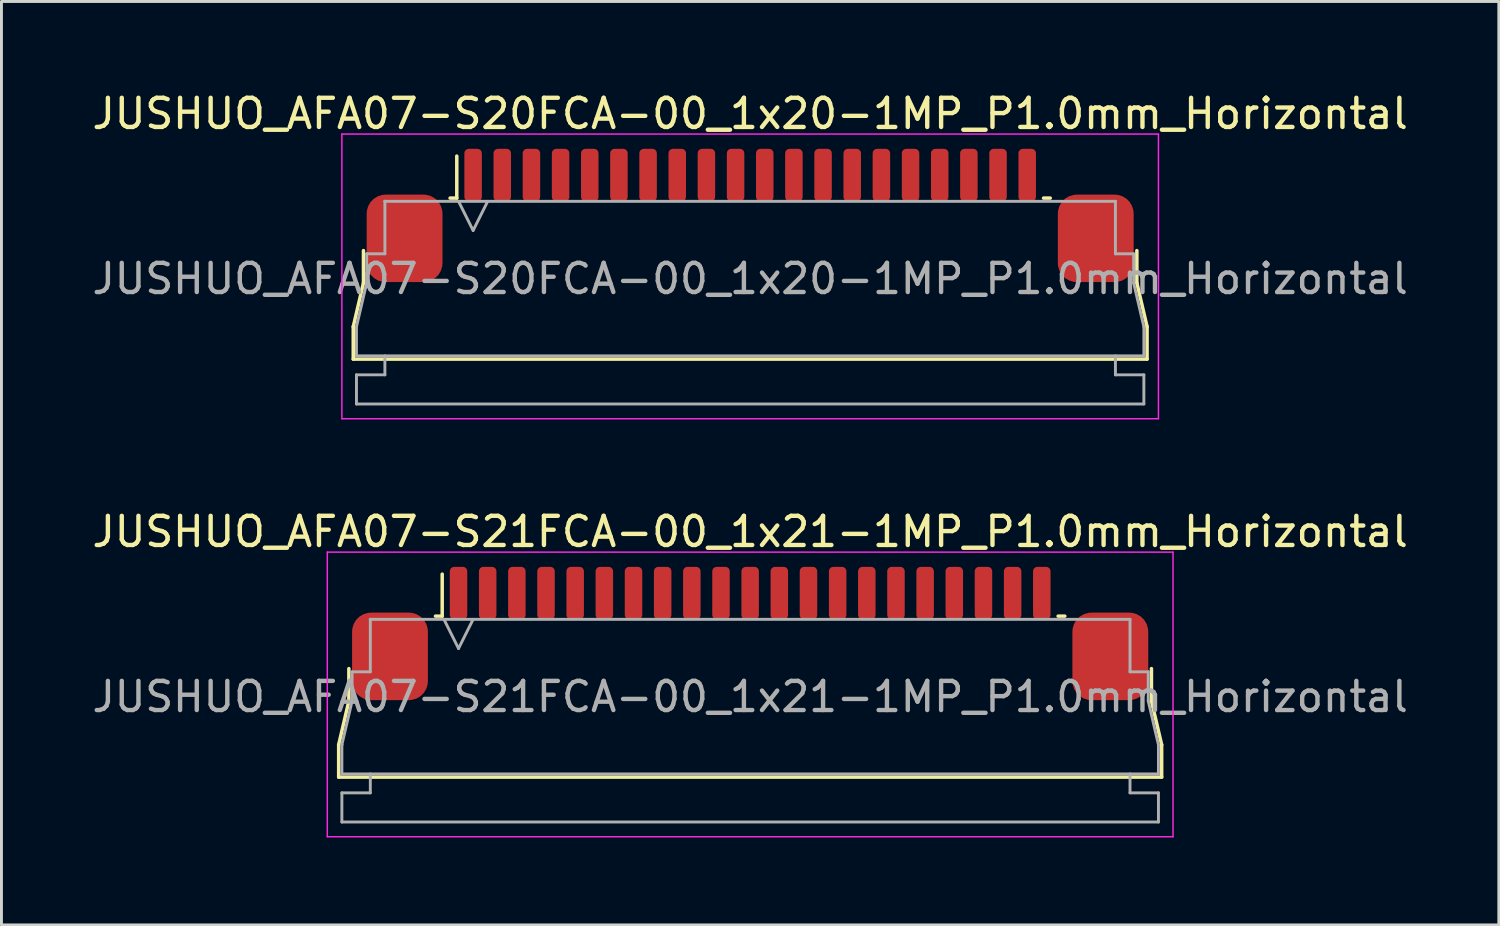
<source format=kicad_pcb>
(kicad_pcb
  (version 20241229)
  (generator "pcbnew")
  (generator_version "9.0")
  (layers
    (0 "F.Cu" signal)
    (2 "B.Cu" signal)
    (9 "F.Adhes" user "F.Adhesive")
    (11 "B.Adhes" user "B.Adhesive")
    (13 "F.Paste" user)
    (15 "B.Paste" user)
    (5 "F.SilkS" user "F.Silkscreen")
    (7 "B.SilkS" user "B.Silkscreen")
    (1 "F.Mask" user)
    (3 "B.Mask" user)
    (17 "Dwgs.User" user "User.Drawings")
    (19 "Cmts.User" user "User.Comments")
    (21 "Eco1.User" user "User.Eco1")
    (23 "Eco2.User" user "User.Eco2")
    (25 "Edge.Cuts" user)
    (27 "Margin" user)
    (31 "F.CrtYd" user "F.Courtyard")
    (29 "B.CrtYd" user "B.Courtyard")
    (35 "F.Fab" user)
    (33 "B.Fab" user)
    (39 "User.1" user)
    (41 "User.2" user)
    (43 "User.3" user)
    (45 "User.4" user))
  (footprint "JUSHUO_AFA07-S21FCA-00_1x21-1MP_P1.0mm_Horizontal"
    (layer "F.Cu")
    (at 22.673 20.662)
    (property "Reference" "JUSHUO_AFA07-S21FCA-00_1x21-1MP_P1.0mm_Horizontal" (at 0 -5.48 0) (layer "F.SilkS") (effects (font (size 1 1) (thickness 0.15))))
    (attr smd)
    (fp_line (start -14.11 1.825) (end -13.76 0.325) (stroke (width 0.12) (type solid)) (layer "F.SilkS"))
    (fp_line (start -14.11 2.935) (end -14.11 1.825) (stroke (width 0.12) (type solid)) (layer "F.SilkS"))
    (fp_line (start -13.76 0.325) (end -13.76 -0.785) (stroke (width 0.12) (type solid)) (layer "F.SilkS"))
    (fp_line (start -10.79 -2.585) (end -10.56 -2.585) (stroke (width 0.12) (type solid)) (layer "F.SilkS"))
    (fp_line (start -10.56 -2.585) (end -10.56 -4.025) (stroke (width 0.12) (type solid)) (layer "F.SilkS"))
    (fp_line (start 10.56 -2.585) (end 10.79 -2.585) (stroke (width 0.12) (type solid)) (layer "F.SilkS"))
    (fp_line (start 13.76 -0.785) (end 13.76 0.325) (stroke (width 0.12) (type solid)) (layer "F.SilkS"))
    (fp_line (start 13.76 0.325) (end 14.11 1.825) (stroke (width 0.12) (type solid)) (layer "F.SilkS"))
    (fp_line (start 14.11 1.825) (end 14.11 2.935) (stroke (width 0.12) (type solid)) (layer "F.SilkS"))
    (fp_line (start 14.11 2.935) (end -14.11 2.935) (stroke (width 0.12) (type solid)) (layer "F.SilkS"))
    (fp_line (start -14.5 -4.78) (end -14.5 4.98) (stroke (width 0.05) (type solid)) (layer "F.CrtYd"))
    (fp_line (start -14.5 4.98) (end 14.5 4.98) (stroke (width 0.05) (type solid)) (layer "F.CrtYd"))
    (fp_line (start 14.5 -4.78) (end -14.5 -4.78) (stroke (width 0.05) (type solid)) (layer "F.CrtYd"))
    (fp_line (start 14.5 4.98) (end 14.5 -4.78) (stroke (width 0.05) (type solid)) (layer "F.CrtYd"))
    (fp_line (start -14 1.825) (end -14 1.825) (stroke (width 0.1) (type solid)) (layer "F.Fab"))
    (fp_line (start -14 1.825) (end -13.65 0.325) (stroke (width 0.1) (type solid)) (layer "F.Fab"))
    (fp_line (start -14 2.825) (end -14 1.825) (stroke (width 0.1) (type solid)) (layer "F.Fab"))
    (fp_line (start -14 3.475) (end -13.025 3.475) (stroke (width 0.1) (type solid)) (layer "F.Fab"))
    (fp_line (start -14 4.475) (end -14 3.475) (stroke (width 0.1) (type solid)) (layer "F.Fab"))
    (fp_line (start -13.65 -0.675) (end -13.025 -0.675) (stroke (width 0.1) (type solid)) (layer "F.Fab"))
    (fp_line (start -13.65 0.325) (end -13.65 -0.675) (stroke (width 0.1) (type solid)) (layer "F.Fab"))
    (fp_line (start -13.025 -2.475) (end -13.025 -2.475) (stroke (width 0.1) (type solid)) (layer "F.Fab"))
    (fp_line (start -13.025 -2.475) (end 13.025 -2.475) (stroke (width 0.1) (type solid)) (layer "F.Fab"))
    (fp_line (start -13.025 -0.675) (end -13.025 -2.475) (stroke (width 0.1) (type solid)) (layer "F.Fab"))
    (fp_line (start -13.025 3.475) (end -13.025 2.825) (stroke (width 0.1) (type solid)) (layer "F.Fab"))
    (fp_line (start -10.5 -2.475) (end -10 -1.475) (stroke (width 0.1) (type solid)) (layer "F.Fab"))
    (fp_line (start -10 -1.475) (end -9.5 -2.475) (stroke (width 0.1) (type solid)) (layer "F.Fab"))
    (fp_line (start 13.025 -2.475) (end 13.025 -0.675) (stroke (width 0.1) (type solid)) (layer "F.Fab"))
    (fp_line (start 13.025 -0.675) (end 13.65 -0.675) (stroke (width 0.1) (type solid)) (layer "F.Fab"))
    (fp_line (start 13.025 2.825) (end 13.025 3.475) (stroke (width 0.1) (type solid)) (layer "F.Fab"))
    (fp_line (start 13.025 3.475) (end 14 3.475) (stroke (width 0.1) (type solid)) (layer "F.Fab"))
    (fp_line (start 13.65 -0.675) (end 13.65 0.325) (stroke (width 0.1) (type solid)) (layer "F.Fab"))
    (fp_line (start 13.65 0.325) (end 14 1.825) (stroke (width 0.1) (type solid)) (layer "F.Fab"))
    (fp_line (start 14 1.825) (end 14 2.825) (stroke (width 0.1) (type solid)) (layer "F.Fab"))
    (fp_line (start 14 2.825) (end -14 2.825) (stroke (width 0.1) (type solid)) (layer "F.Fab"))
    (fp_line (start 14 3.475) (end 14 4.475) (stroke (width 0.1) (type solid)) (layer "F.Fab"))
    (fp_line (start 14 4.475) (end -14 4.475) (stroke (width 0.1) (type solid)) (layer "F.Fab"))
    (fp_text user "${REFERENCE}" (at 0 0.18 0) (layer "F.Fab") (effects (font (size 1 1) (thickness 0.15))))
    (pad "1" smd roundrect (at -10 -3.375) (size 0.6 1.8) (layers "F.Cu" "F.Mask" "F.Paste") (roundrect_rratio 0.25))
    (pad "2" smd roundrect (at -9 -3.375) (size 0.6 1.8) (layers "F.Cu" "F.Mask" "F.Paste") (roundrect_rratio 0.25))
    (pad "3" smd roundrect (at -8 -3.375) (size 0.6 1.8) (layers "F.Cu" "F.Mask" "F.Paste") (roundrect_rratio 0.25))
    (pad "4" smd roundrect (at -7 -3.375) (size 0.6 1.8) (layers "F.Cu" "F.Mask" "F.Paste") (roundrect_rratio 0.25))
    (pad "5" smd roundrect (at -6 -3.375) (size 0.6 1.8) (layers "F.Cu" "F.Mask" "F.Paste") (roundrect_rratio 0.25))
    (pad "6" smd roundrect (at -5 -3.375) (size 0.6 1.8) (layers "F.Cu" "F.Mask" "F.Paste") (roundrect_rratio 0.25))
    (pad "7" smd roundrect (at -4 -3.375) (size 0.6 1.8) (layers "F.Cu" "F.Mask" "F.Paste") (roundrect_rratio 0.25))
    (pad "8" smd roundrect (at -3 -3.375) (size 0.6 1.8) (layers "F.Cu" "F.Mask" "F.Paste") (roundrect_rratio 0.25))
    (pad "9" smd roundrect (at -2 -3.375) (size 0.6 1.8) (layers "F.Cu" "F.Mask" "F.Paste") (roundrect_rratio 0.25))
    (pad "10" smd roundrect (at -1 -3.375) (size 0.6 1.8) (layers "F.Cu" "F.Mask" "F.Paste") (roundrect_rratio 0.25))
    (pad "11" smd roundrect (at 0 -3.375) (size 0.6 1.8) (layers "F.Cu" "F.Mask" "F.Paste") (roundrect_rratio 0.25))
    (pad "12" smd roundrect (at 1 -3.375) (size 0.6 1.8) (layers "F.Cu" "F.Mask" "F.Paste") (roundrect_rratio 0.25))
    (pad "13" smd roundrect (at 2 -3.375) (size 0.6 1.8) (layers "F.Cu" "F.Mask" "F.Paste") (roundrect_rratio 0.25))
    (pad "14" smd roundrect (at 3 -3.375) (size 0.6 1.8) (layers "F.Cu" "F.Mask" "F.Paste") (roundrect_rratio 0.25))
    (pad "15" smd roundrect (at 4 -3.375) (size 0.6 1.8) (layers "F.Cu" "F.Mask" "F.Paste") (roundrect_rratio 0.25))
    (pad "16" smd roundrect (at 5 -3.375) (size 0.6 1.8) (layers "F.Cu" "F.Mask" "F.Paste") (roundrect_rratio 0.25))
    (pad "17" smd roundrect (at 6 -3.375) (size 0.6 1.8) (layers "F.Cu" "F.Mask" "F.Paste") (roundrect_rratio 0.25))
    (pad "18" smd roundrect (at 7 -3.375) (size 0.6 1.8) (layers "F.Cu" "F.Mask" "F.Paste") (roundrect_rratio 0.25))
    (pad "19" smd roundrect (at 8 -3.375) (size 0.6 1.8) (layers "F.Cu" "F.Mask" "F.Paste") (roundrect_rratio 0.25))
    (pad "20" smd roundrect (at 9 -3.375) (size 0.6 1.8) (layers "F.Cu" "F.Mask" "F.Paste") (roundrect_rratio 0.25))
    (pad "21" smd roundrect (at 10 -3.375) (size 0.6 1.8) (layers "F.Cu" "F.Mask" "F.Paste") (roundrect_rratio 0.25))
    (pad "MP" smd roundrect (at -12.35 -1.205) (size 2.6 3) (layers "F.Cu" "F.Mask" "F.Paste") (roundrect_rratio 0.25))
    (pad "MP" smd roundrect (at 12.35 -1.205) (size 2.6 3) (layers "F.Cu" "F.Mask" "F.Paste") (roundrect_rratio 0.25)))
  (footprint "JUSHUO_AFA07-S20FCA-00_1x20-1MP_P1.0mm_Horizontal"
    (layer "F.Cu")
    (at 22.673 6.328)
    (property "Reference" "JUSHUO_AFA07-S20FCA-00_1x20-1MP_P1.0mm_Horizontal" (at 0 -5.48 0) (layer "F.SilkS") (effects (font (size 1 1) (thickness 0.15))))
    (attr smd)
    (fp_line (start -13.61 1.825) (end -13.26 0.325) (stroke (width 0.12) (type solid)) (layer "F.SilkS"))
    (fp_line (start -13.61 2.935) (end -13.61 1.825) (stroke (width 0.12) (type solid)) (layer "F.SilkS"))
    (fp_line (start -13.26 0.325) (end -13.26 -0.785) (stroke (width 0.12) (type solid)) (layer "F.SilkS"))
    (fp_line (start -10.29 -2.585) (end -10.06 -2.585) (stroke (width 0.12) (type solid)) (layer "F.SilkS"))
    (fp_line (start -10.06 -2.585) (end -10.06 -4.025) (stroke (width 0.12) (type solid)) (layer "F.SilkS"))
    (fp_line (start 10.06 -2.585) (end 10.29 -2.585) (stroke (width 0.12) (type solid)) (layer "F.SilkS"))
    (fp_line (start 13.26 -0.785) (end 13.26 0.325) (stroke (width 0.12) (type solid)) (layer "F.SilkS"))
    (fp_line (start 13.26 0.325) (end 13.61 1.825) (stroke (width 0.12) (type solid)) (layer "F.SilkS"))
    (fp_line (start 13.61 1.825) (end 13.61 2.935) (stroke (width 0.12) (type solid)) (layer "F.SilkS"))
    (fp_line (start 13.61 2.935) (end -13.61 2.935) (stroke (width 0.12) (type solid)) (layer "F.SilkS"))
    (fp_line (start -14 -4.78) (end -14 4.98) (stroke (width 0.05) (type solid)) (layer "F.CrtYd"))
    (fp_line (start -14 4.98) (end 14 4.98) (stroke (width 0.05) (type solid)) (layer "F.CrtYd"))
    (fp_line (start 14 -4.78) (end -14 -4.78) (stroke (width 0.05) (type solid)) (layer "F.CrtYd"))
    (fp_line (start 14 4.98) (end 14 -4.78) (stroke (width 0.05) (type solid)) (layer "F.CrtYd"))
    (fp_line (start -13.5 1.825) (end -13.5 1.825) (stroke (width 0.1) (type solid)) (layer "F.Fab"))
    (fp_line (start -13.5 1.825) (end -13.15 0.325) (stroke (width 0.1) (type solid)) (layer "F.Fab"))
    (fp_line (start -13.5 2.825) (end -13.5 1.825) (stroke (width 0.1) (type solid)) (layer "F.Fab"))
    (fp_line (start -13.5 3.475) (end -12.525 3.475) (stroke (width 0.1) (type solid)) (layer "F.Fab"))
    (fp_line (start -13.5 4.475) (end -13.5 3.475) (stroke (width 0.1) (type solid)) (layer "F.Fab"))
    (fp_line (start -13.15 -0.675) (end -12.525 -0.675) (stroke (width 0.1) (type solid)) (layer "F.Fab"))
    (fp_line (start -13.15 0.325) (end -13.15 -0.675) (stroke (width 0.1) (type solid)) (layer "F.Fab"))
    (fp_line (start -12.525 -2.475) (end -12.525 -2.475) (stroke (width 0.1) (type solid)) (layer "F.Fab"))
    (fp_line (start -12.525 -2.475) (end 12.525 -2.475) (stroke (width 0.1) (type solid)) (layer "F.Fab"))
    (fp_line (start -12.525 -0.675) (end -12.525 -2.475) (stroke (width 0.1) (type solid)) (layer "F.Fab"))
    (fp_line (start -12.525 3.475) (end -12.525 2.825) (stroke (width 0.1) (type solid)) (layer "F.Fab"))
    (fp_line (start -10 -2.475) (end -9.5 -1.475) (stroke (width 0.1) (type solid)) (layer "F.Fab"))
    (fp_line (start -9.5 -1.475) (end -9 -2.475) (stroke (width 0.1) (type solid)) (layer "F.Fab"))
    (fp_line (start 12.525 -2.475) (end 12.525 -0.675) (stroke (width 0.1) (type solid)) (layer "F.Fab"))
    (fp_line (start 12.525 -0.675) (end 13.15 -0.675) (stroke (width 0.1) (type solid)) (layer "F.Fab"))
    (fp_line (start 12.525 2.825) (end 12.525 3.475) (stroke (width 0.1) (type solid)) (layer "F.Fab"))
    (fp_line (start 12.525 3.475) (end 13.5 3.475) (stroke (width 0.1) (type solid)) (layer "F.Fab"))
    (fp_line (start 13.15 -0.675) (end 13.15 0.325) (stroke (width 0.1) (type solid)) (layer "F.Fab"))
    (fp_line (start 13.15 0.325) (end 13.5 1.825) (stroke (width 0.1) (type solid)) (layer "F.Fab"))
    (fp_line (start 13.5 1.825) (end 13.5 2.825) (stroke (width 0.1) (type solid)) (layer "F.Fab"))
    (fp_line (start 13.5 2.825) (end -13.5 2.825) (stroke (width 0.1) (type solid)) (layer "F.Fab"))
    (fp_line (start 13.5 3.475) (end 13.5 4.475) (stroke (width 0.1) (type solid)) (layer "F.Fab"))
    (fp_line (start 13.5 4.475) (end -13.5 4.475) (stroke (width 0.1) (type solid)) (layer "F.Fab"))
    (fp_text user "${REFERENCE}" (at 0 0.18 0) (layer "F.Fab") (effects (font (size 1 1) (thickness 0.15))))
    (pad "1" smd roundrect (at -9.5 -3.375) (size 0.6 1.8) (layers "F.Cu" "F.Mask" "F.Paste") (roundrect_rratio 0.25))
    (pad "2" smd roundrect (at -8.5 -3.375) (size 0.6 1.8) (layers "F.Cu" "F.Mask" "F.Paste") (roundrect_rratio 0.25))
    (pad "3" smd roundrect (at -7.5 -3.375) (size 0.6 1.8) (layers "F.Cu" "F.Mask" "F.Paste") (roundrect_rratio 0.25))
    (pad "4" smd roundrect (at -6.5 -3.375) (size 0.6 1.8) (layers "F.Cu" "F.Mask" "F.Paste") (roundrect_rratio 0.25))
    (pad "5" smd roundrect (at -5.5 -3.375) (size 0.6 1.8) (layers "F.Cu" "F.Mask" "F.Paste") (roundrect_rratio 0.25))
    (pad "6" smd roundrect (at -4.5 -3.375) (size 0.6 1.8) (layers "F.Cu" "F.Mask" "F.Paste") (roundrect_rratio 0.25))
    (pad "7" smd roundrect (at -3.5 -3.375) (size 0.6 1.8) (layers "F.Cu" "F.Mask" "F.Paste") (roundrect_rratio 0.25))
    (pad "8" smd roundrect (at -2.5 -3.375) (size 0.6 1.8) (layers "F.Cu" "F.Mask" "F.Paste") (roundrect_rratio 0.25))
    (pad "9" smd roundrect (at -1.5 -3.375) (size 0.6 1.8) (layers "F.Cu" "F.Mask" "F.Paste") (roundrect_rratio 0.25))
    (pad "10" smd roundrect (at -0.5 -3.375) (size 0.6 1.8) (layers "F.Cu" "F.Mask" "F.Paste") (roundrect_rratio 0.25))
    (pad "11" smd roundrect (at 0.5 -3.375) (size 0.6 1.8) (layers "F.Cu" "F.Mask" "F.Paste") (roundrect_rratio 0.25))
    (pad "12" smd roundrect (at 1.5 -3.375) (size 0.6 1.8) (layers "F.Cu" "F.Mask" "F.Paste") (roundrect_rratio 0.25))
    (pad "13" smd roundrect (at 2.5 -3.375) (size 0.6 1.8) (layers "F.Cu" "F.Mask" "F.Paste") (roundrect_rratio 0.25))
    (pad "14" smd roundrect (at 3.5 -3.375) (size 0.6 1.8) (layers "F.Cu" "F.Mask" "F.Paste") (roundrect_rratio 0.25))
    (pad "15" smd roundrect (at 4.5 -3.375) (size 0.6 1.8) (layers "F.Cu" "F.Mask" "F.Paste") (roundrect_rratio 0.25))
    (pad "16" smd roundrect (at 5.5 -3.375) (size 0.6 1.8) (layers "F.Cu" "F.Mask" "F.Paste") (roundrect_rratio 0.25))
    (pad "17" smd roundrect (at 6.5 -3.375) (size 0.6 1.8) (layers "F.Cu" "F.Mask" "F.Paste") (roundrect_rratio 0.25))
    (pad "18" smd roundrect (at 7.5 -3.375) (size 0.6 1.8) (layers "F.Cu" "F.Mask" "F.Paste") (roundrect_rratio 0.25))
    (pad "19" smd roundrect (at 8.5 -3.375) (size 0.6 1.8) (layers "F.Cu" "F.Mask" "F.Paste") (roundrect_rratio 0.25))
    (pad "20" smd roundrect (at 9.5 -3.375) (size 0.6 1.8) (layers "F.Cu" "F.Mask" "F.Paste") (roundrect_rratio 0.25))
    (pad "MP" smd roundrect (at -11.85 -1.205) (size 2.6 3) (layers "F.Cu" "F.Mask" "F.Paste") (roundrect_rratio 0.25))
    (pad "MP" smd roundrect (at 11.85 -1.205) (size 2.6 3) (layers "F.Cu" "F.Mask" "F.Paste") (roundrect_rratio 0.25)))
  (gr_rect
    (start -3 -3)
    (end 48.345 28.666)
    (stroke (width 0.1) (type default))
    (fill no)
    (layer "Edge.Cuts")))
</source>
